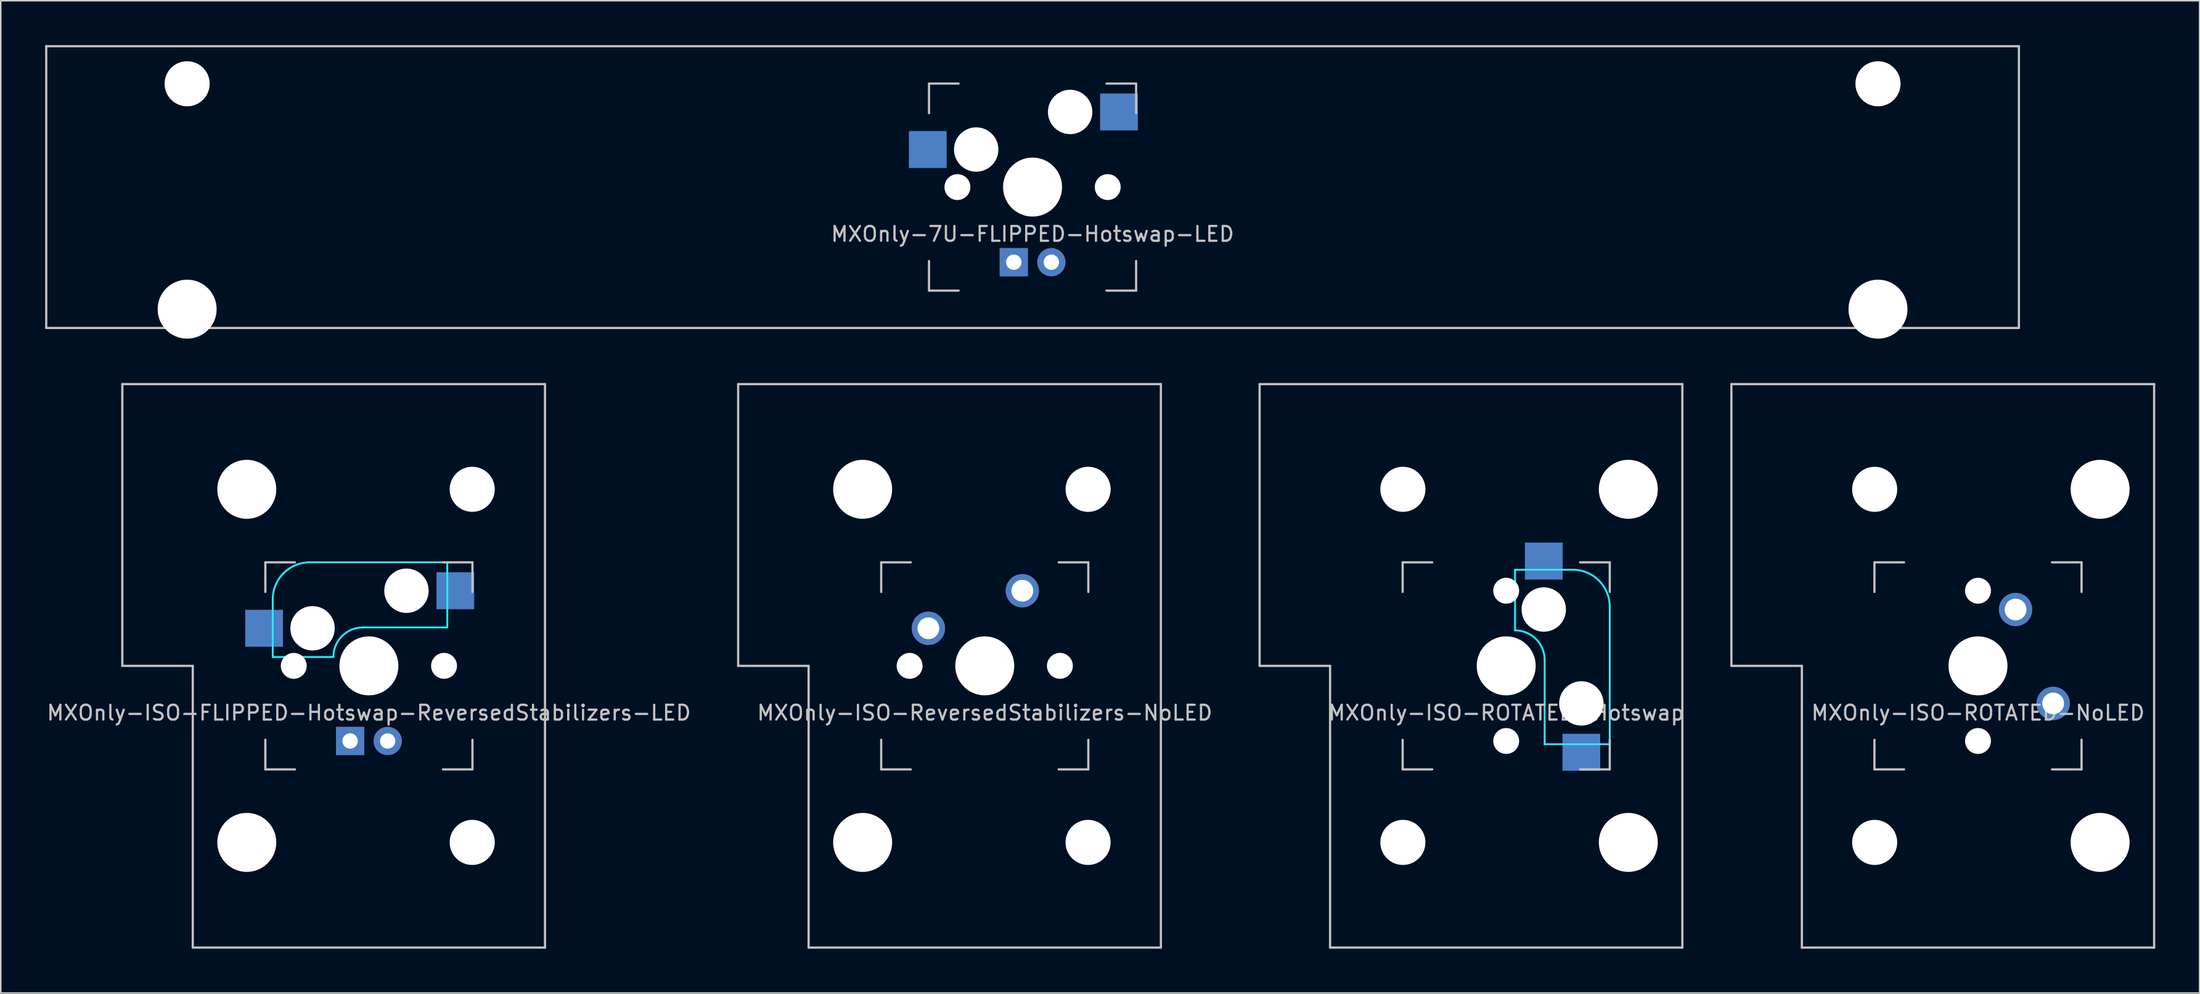
<source format=kicad_pcb>
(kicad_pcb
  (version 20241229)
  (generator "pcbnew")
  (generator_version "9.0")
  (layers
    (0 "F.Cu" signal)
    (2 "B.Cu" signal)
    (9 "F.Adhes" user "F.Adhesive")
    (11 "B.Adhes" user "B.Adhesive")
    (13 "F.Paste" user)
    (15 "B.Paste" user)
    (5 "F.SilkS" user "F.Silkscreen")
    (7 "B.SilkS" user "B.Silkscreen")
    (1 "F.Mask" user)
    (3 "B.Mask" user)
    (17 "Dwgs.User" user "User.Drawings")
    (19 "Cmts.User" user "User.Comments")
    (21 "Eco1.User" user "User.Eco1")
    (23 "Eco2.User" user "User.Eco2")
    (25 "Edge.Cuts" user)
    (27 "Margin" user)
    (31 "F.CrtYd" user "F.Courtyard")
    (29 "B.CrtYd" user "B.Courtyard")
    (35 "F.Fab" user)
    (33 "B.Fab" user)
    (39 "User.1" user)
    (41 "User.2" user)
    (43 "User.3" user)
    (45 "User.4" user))
  (footprint "MXOnly-ISO-ROTATED-NoLED"
    (layer "F.Cu")
    (at 130.66 41.974)
    (property "Reference" "MXOnly-ISO-ROTATED-NoLED" (at 0 3.175 0) (layer "Dwgs.User") (effects (font (size 1 1) (thickness 0.15))))
    (attr through_hole)
    (fp_line (start -16.669 -19.05) (end -16.669 0) (stroke (width 0.15) (type solid)) (layer "Dwgs.User"))
    (fp_line (start -16.669 -19.05) (end 11.906 -19.05) (stroke (width 0.15) (type solid)) (layer "Dwgs.User"))
    (fp_line (start -11.906 0) (end -16.669 0) (stroke (width 0.15) (type solid)) (layer "Dwgs.User"))
    (fp_line (start -11.906 19.05) (end -11.906 0) (stroke (width 0.15) (type solid)) (layer "Dwgs.User"))
    (fp_line (start -11.906 19.05) (end 11.906 19.05) (stroke (width 0.15) (type solid)) (layer "Dwgs.User"))
    (fp_line (start -7 -7) (end -7 -5) (stroke (width 0.15) (type solid)) (layer "Dwgs.User"))
    (fp_line (start -7 5) (end -7 7) (stroke (width 0.15) (type solid)) (layer "Dwgs.User"))
    (fp_line (start -7 7) (end -5 7) (stroke (width 0.15) (type solid)) (layer "Dwgs.User"))
    (fp_line (start -5 -7) (end -7 -7) (stroke (width 0.15) (type solid)) (layer "Dwgs.User"))
    (fp_line (start 5 -7) (end 7 -7) (stroke (width 0.15) (type solid)) (layer "Dwgs.User"))
    (fp_line (start 5 7) (end 7 7) (stroke (width 0.15) (type solid)) (layer "Dwgs.User"))
    (fp_line (start 7 -7) (end 7 -5) (stroke (width 0.15) (type solid)) (layer "Dwgs.User"))
    (fp_line (start 7 7) (end 7 5) (stroke (width 0.15) (type solid)) (layer "Dwgs.User"))
    (fp_line (start 11.906 -19.05) (end 11.906 19.05) (stroke (width 0.15) (type solid)) (layer "Dwgs.User"))
    (pad "" np_thru_hole circle (at -6.985 -11.938) (size 3.048 3.048) (drill 3.048) (layers "*.Cu" "*.Mask"))
    (pad "" np_thru_hole circle (at -6.985 11.938) (size 3.048 3.048) (drill 3.048) (layers "*.Cu" "*.Mask"))
    (pad "" np_thru_hole circle (at 0 -5.08 48.1) (size 1.75 1.75) (drill 1.75) (layers "*.Cu" "*.Mask"))
    (pad "" np_thru_hole circle (at 0 0) (size 3.988 3.988) (drill 3.988) (layers "*.Cu" "*.Mask"))
    (pad "" np_thru_hole circle (at 0 5.08 48.1) (size 1.75 1.75) (drill 1.75) (layers "*.Cu" "*.Mask"))
    (pad "" np_thru_hole circle (at 8.255 -11.938) (size 3.988 3.988) (drill 3.988) (layers "*.Cu" "*.Mask"))
    (pad "" np_thru_hole circle (at 8.255 11.938) (size 3.988 3.988) (drill 3.988) (layers "*.Cu" "*.Mask"))
    (pad "1" thru_hole circle (at 2.54 -3.81) (size 2.25 2.25) (drill 1.47) (layers "*.Cu" "B.Mask"))
    (pad "2" thru_hole circle (at 5.08 2.54) (size 2.25 2.25) (drill 1.47) (layers "*.Cu" "B.Mask")))
  (footprint "MXOnly-ISO-FLIPPED-Hotswap-ReversedStabilizers-LED"
    (layer "F.Cu")
    (at 21.887 41.974)
    (property "Reference" "MXOnly-ISO-FLIPPED-Hotswap-ReversedStabilizers-LED" (at 0 3.175 0) (layer "Dwgs.User") (effects (font (size 1 1) (thickness 0.15))))
    (attr through_hole)
    (fp_line (start -16.669 -19.05) (end -16.669 0) (stroke (width 0.15) (type solid)) (layer "Dwgs.User"))
    (fp_line (start -16.669 -19.05) (end 11.906 -19.05) (stroke (width 0.15) (type solid)) (layer "Dwgs.User"))
    (fp_line (start -11.906 0) (end -16.669 0) (stroke (width 0.15) (type solid)) (layer "Dwgs.User"))
    (fp_line (start -11.906 19.05) (end -11.906 0) (stroke (width 0.15) (type solid)) (layer "Dwgs.User"))
    (fp_line (start -11.906 19.05) (end 11.906 19.05) (stroke (width 0.15) (type solid)) (layer "Dwgs.User"))
    (fp_line (start -7 -7) (end -7 -5) (stroke (width 0.15) (type solid)) (layer "Dwgs.User"))
    (fp_line (start -7 5) (end -7 7) (stroke (width 0.15) (type solid)) (layer "Dwgs.User"))
    (fp_line (start -7 7) (end -5 7) (stroke (width 0.15) (type solid)) (layer "Dwgs.User"))
    (fp_line (start -5 -7) (end -7 -7) (stroke (width 0.15) (type solid)) (layer "Dwgs.User"))
    (fp_line (start 5 -7) (end 7 -7) (stroke (width 0.15) (type solid)) (layer "Dwgs.User"))
    (fp_line (start 5 7) (end 7 7) (stroke (width 0.15) (type solid)) (layer "Dwgs.User"))
    (fp_line (start 7 -7) (end 7 -5) (stroke (width 0.15) (type solid)) (layer "Dwgs.User"))
    (fp_line (start 7 7) (end 7 5) (stroke (width 0.15) (type solid)) (layer "Dwgs.User"))
    (fp_line (start 11.906 -19.05) (end 11.906 19.05) (stroke (width 0.15) (type solid)) (layer "Dwgs.User"))
    (fp_line (start -6.5 -4.5) (end -6.5 -0.6) (stroke (width 0.127) (type solid)) (layer "B.CrtYd"))
    (fp_line (start -6.5 -0.6) (end -2.4 -0.6) (stroke (width 0.127) (type solid)) (layer "B.CrtYd"))
    (fp_line (start -0.4 -2.6) (end 5.3 -2.6) (stroke (width 0.127) (type solid)) (layer "B.CrtYd"))
    (fp_line (start 5.3 -7) (end -4 -7) (stroke (width 0.127) (type solid)) (layer "B.CrtYd"))
    (fp_line (start 5.3 -7) (end 5.3 -2.6) (stroke (width 0.127) (type solid)) (layer "B.CrtYd"))
    (fp_arc (start -6.5 -4.5) (mid -5.767767 -6.267767) (end -4 -7) (stroke (width 0.127) (type solid)) (layer "B.CrtYd"))
    (fp_arc (start -2.4 -0.6) (mid -1.814214 -2.014214) (end -0.4 -2.6) (stroke (width 0.127) (type solid)) (layer "B.CrtYd"))
    (pad "" np_thru_hole circle (at -8.255 -11.938) (size 3.988 3.988) (drill 3.988) (layers "*.Cu" "*.Mask"))
    (pad "" np_thru_hole circle (at -8.255 11.938) (size 3.988 3.988) (drill 3.988) (layers "*.Cu" "*.Mask"))
    (pad "" np_thru_hole circle (at -5.08 0 48.1) (size 1.75 1.75) (drill 1.75) (layers "*.Cu" "*.Mask"))
    (pad "" np_thru_hole circle (at -3.81 -2.54) (size 3 3) (drill 3) (layers "*.Cu" "*.Mask"))
    (pad "" np_thru_hole circle (at 0 0) (size 3.988 3.988) (drill 3.988) (layers "*.Cu" "*.Mask"))
    (pad "" np_thru_hole circle (at 2.54 -5.08) (size 3 3) (drill 3) (layers "*.Cu" "*.Mask"))
    (pad "" np_thru_hole circle (at 5.08 0 48.1) (size 1.75 1.75) (drill 1.75) (layers "*.Cu" "*.Mask"))
    (pad "" np_thru_hole circle (at 6.985 -11.938) (size 3.048 3.048) (drill 3.048) (layers "*.Cu" "*.Mask"))
    (pad "" np_thru_hole circle (at 6.985 11.938) (size 3.048 3.048) (drill 3.048) (layers "*.Cu" "*.Mask"))
    (pad "1" smd rect (at -7.085 -2.54) (size 2.55 2.5) (layers "B.Cu" "B.Mask" "B.Paste"))
    (pad "2" smd rect (at 5.842 -5.08) (size 2.55 2.5) (layers "B.Cu" "B.Mask" "B.Paste"))
    (pad "3" thru_hole circle (at 1.27 5.08 180) (size 1.905 1.905) (drill 1.04) (layers "*.Cu" "B.Mask"))
    (pad "4" thru_hole rect (at -1.27 5.08 180) (size 1.905 1.905) (drill 1.04) (layers "*.Cu" "B.Mask")))
  (footprint "MXOnly-ISO-ROTATED-Hotswap"
    (layer "F.Cu")
    (at 98.767 41.974)
    (property "Reference" "MXOnly-ISO-ROTATED-Hotswap" (at 0 3.175 0) (layer "Dwgs.User") (effects (font (size 1 1) (thickness 0.15))))
    (attr through_hole)
    (fp_line (start -16.669 -19.05) (end -16.669 0) (stroke (width 0.15) (type solid)) (layer "Dwgs.User"))
    (fp_line (start -16.669 -19.05) (end 11.906 -19.05) (stroke (width 0.15) (type solid)) (layer "Dwgs.User"))
    (fp_line (start -11.906 0) (end -16.669 0) (stroke (width 0.15) (type solid)) (layer "Dwgs.User"))
    (fp_line (start -11.906 19.05) (end -11.906 0) (stroke (width 0.15) (type solid)) (layer "Dwgs.User"))
    (fp_line (start -11.906 19.05) (end 11.906 19.05) (stroke (width 0.15) (type solid)) (layer "Dwgs.User"))
    (fp_line (start -7 -7) (end -7 -5) (stroke (width 0.15) (type solid)) (layer "Dwgs.User"))
    (fp_line (start -7 5) (end -7 7) (stroke (width 0.15) (type solid)) (layer "Dwgs.User"))
    (fp_line (start -7 7) (end -5 7) (stroke (width 0.15) (type solid)) (layer "Dwgs.User"))
    (fp_line (start -5 -7) (end -7 -7) (stroke (width 0.15) (type solid)) (layer "Dwgs.User"))
    (fp_line (start 5 -7) (end 7 -7) (stroke (width 0.15) (type solid)) (layer "Dwgs.User"))
    (fp_line (start 5 7) (end 7 7) (stroke (width 0.15) (type solid)) (layer "Dwgs.User"))
    (fp_line (start 7 -7) (end 7 -5) (stroke (width 0.15) (type solid)) (layer "Dwgs.User"))
    (fp_line (start 7 7) (end 7 5) (stroke (width 0.15) (type solid)) (layer "Dwgs.User"))
    (fp_line (start 11.906 -19.05) (end 11.906 19.05) (stroke (width 0.15) (type solid)) (layer "Dwgs.User"))
    (fp_line (start 0.6 -6.5) (end 0.6 -2.4) (stroke (width 0.127) (type solid)) (layer "B.CrtYd"))
    (fp_line (start 2.6 -0.4) (end 2.6 5.3) (stroke (width 0.127) (type solid)) (layer "B.CrtYd"))
    (fp_line (start 4.5 -6.5) (end 0.6 -6.5) (stroke (width 0.127) (type solid)) (layer "B.CrtYd"))
    (fp_line (start 7 5.3) (end 2.6 5.3) (stroke (width 0.127) (type solid)) (layer "B.CrtYd"))
    (fp_line (start 7 5.3) (end 7 -4) (stroke (width 0.127) (type solid)) (layer "B.CrtYd"))
    (fp_arc (start 0.6 -2.4) (mid 2.014214 -1.814214) (end 2.6 -0.4) (stroke (width 0.127) (type solid)) (layer "B.CrtYd"))
    (fp_arc (start 4.5 -6.5) (mid 6.267767 -5.767767) (end 7 -4) (stroke (width 0.127) (type solid)) (layer "B.CrtYd"))
    (pad "" np_thru_hole circle (at -6.985 -11.938) (size 3.048 3.048) (drill 3.048) (layers "*.Cu" "*.Mask"))
    (pad "" np_thru_hole circle (at -6.985 11.938) (size 3.048 3.048) (drill 3.048) (layers "*.Cu" "*.Mask"))
    (pad "" np_thru_hole circle (at 0 -5.08 48.1) (size 1.75 1.75) (drill 1.75) (layers "*.Cu" "*.Mask"))
    (pad "" np_thru_hole circle (at 0 0) (size 3.988 3.988) (drill 3.988) (layers "*.Cu" "*.Mask"))
    (pad "" np_thru_hole circle (at 0 5.08 48.1) (size 1.75 1.75) (drill 1.75) (layers "*.Cu" "*.Mask"))
    (pad "" np_thru_hole circle (at 2.54 -3.81 270) (size 3 3) (drill 3) (layers "*.Cu" "*.Mask"))
    (pad "" np_thru_hole circle (at 5.08 2.54 270) (size 3 3) (drill 3) (layers "*.Cu" "*.Mask"))
    (pad "" np_thru_hole circle (at 8.255 -11.938) (size 3.988 3.988) (drill 3.988) (layers "*.Cu" "*.Mask"))
    (pad "" np_thru_hole circle (at 8.255 11.938) (size 3.988 3.988) (drill 3.988) (layers "*.Cu" "*.Mask"))
    (pad "1" smd rect (at 2.54 -7.085 180) (size 2.55 2.5) (layers "B.Cu" "B.Mask" "B.Paste"))
    (pad "2" smd rect (at 5.08 5.842) (size 2.55 2.5) (layers "B.Cu" "B.Mask" "B.Paste")))
  (footprint "MXOnly-ISO-ReversedStabilizers-NoLED"
    (layer "F.Cu")
    (at 63.518 41.974)
    (property "Reference" "MXOnly-ISO-ReversedStabilizers-NoLED" (at 0 3.175 0) (layer "Dwgs.User") (effects (font (size 1 1) (thickness 0.15))))
    (attr through_hole)
    (fp_line (start -16.669 -19.05) (end -16.669 0) (stroke (width 0.15) (type solid)) (layer "Dwgs.User"))
    (fp_line (start -16.669 -19.05) (end 11.906 -19.05) (stroke (width 0.15) (type solid)) (layer "Dwgs.User"))
    (fp_line (start -11.906 0) (end -16.669 0) (stroke (width 0.15) (type solid)) (layer "Dwgs.User"))
    (fp_line (start -11.906 19.05) (end -11.906 0) (stroke (width 0.15) (type solid)) (layer "Dwgs.User"))
    (fp_line (start -11.906 19.05) (end 11.906 19.05) (stroke (width 0.15) (type solid)) (layer "Dwgs.User"))
    (fp_line (start -7 -7) (end -7 -5) (stroke (width 0.15) (type solid)) (layer "Dwgs.User"))
    (fp_line (start -7 5) (end -7 7) (stroke (width 0.15) (type solid)) (layer "Dwgs.User"))
    (fp_line (start -7 7) (end -5 7) (stroke (width 0.15) (type solid)) (layer "Dwgs.User"))
    (fp_line (start -5 -7) (end -7 -7) (stroke (width 0.15) (type solid)) (layer "Dwgs.User"))
    (fp_line (start 5 -7) (end 7 -7) (stroke (width 0.15) (type solid)) (layer "Dwgs.User"))
    (fp_line (start 5 7) (end 7 7) (stroke (width 0.15) (type solid)) (layer "Dwgs.User"))
    (fp_line (start 7 -7) (end 7 -5) (stroke (width 0.15) (type solid)) (layer "Dwgs.User"))
    (fp_line (start 7 7) (end 7 5) (stroke (width 0.15) (type solid)) (layer "Dwgs.User"))
    (fp_line (start 11.906 -19.05) (end 11.906 19.05) (stroke (width 0.15) (type solid)) (layer "Dwgs.User"))
    (pad "" np_thru_hole circle (at -8.255 -11.938) (size 3.988 3.988) (drill 3.988) (layers "*.Cu" "*.Mask"))
    (pad "" np_thru_hole circle (at -8.255 11.938) (size 3.988 3.988) (drill 3.988) (layers "*.Cu" "*.Mask"))
    (pad "" np_thru_hole circle (at -5.08 0 48.1) (size 1.75 1.75) (drill 1.75) (layers "*.Cu" "*.Mask"))
    (pad "" np_thru_hole circle (at 0 0) (size 3.988 3.988) (drill 3.988) (layers "*.Cu" "*.Mask"))
    (pad "" np_thru_hole circle (at 5.08 0 48.1) (size 1.75 1.75) (drill 1.75) (layers "*.Cu" "*.Mask"))
    (pad "" np_thru_hole circle (at 6.985 -11.938) (size 3.048 3.048) (drill 3.048) (layers "*.Cu" "*.Mask"))
    (pad "" np_thru_hole circle (at 6.985 11.938) (size 3.048 3.048) (drill 3.048) (layers "*.Cu" "*.Mask"))
    (pad "1" thru_hole circle (at -3.81 -2.54) (size 2.25 2.25) (drill 1.47) (layers "*.Cu" "B.Mask"))
    (pad "2" thru_hole circle (at 2.54 -5.08) (size 2.25 2.25) (drill 1.47) (layers "*.Cu" "B.Mask")))
  (footprint "MXOnly-7U-FLIPPED-Hotswap-LED"
    (layer "F.Cu")
    (at 66.75 9.6)
    (property "Reference" "MXOnly-7U-FLIPPED-Hotswap-LED" (at 0 3.175 0) (layer "Dwgs.User") (effects (font (size 1 1) (thickness 0.15))))
    (attr through_hole)
    (fp_line (start -66.675 -9.525) (end 66.675 -9.525) (stroke (width 0.15) (type solid)) (layer "Dwgs.User"))
    (fp_line (start -66.675 9.525) (end -66.675 -9.525) (stroke (width 0.15) (type solid)) (layer "Dwgs.User"))
    (fp_line (start -66.675 9.525) (end 66.675 9.525) (stroke (width 0.15) (type solid)) (layer "Dwgs.User"))
    (fp_line (start -7 -7) (end -7 -5) (stroke (width 0.15) (type solid)) (layer "Dwgs.User"))
    (fp_line (start -7 5) (end -7 7) (stroke (width 0.15) (type solid)) (layer "Dwgs.User"))
    (fp_line (start -7 7) (end -5 7) (stroke (width 0.15) (type solid)) (layer "Dwgs.User"))
    (fp_line (start -5 -7) (end -7 -7) (stroke (width 0.15) (type solid)) (layer "Dwgs.User"))
    (fp_line (start 5 -7) (end 7 -7) (stroke (width 0.15) (type solid)) (layer "Dwgs.User"))
    (fp_line (start 5 7) (end 7 7) (stroke (width 0.15) (type solid)) (layer "Dwgs.User"))
    (fp_line (start 7 -7) (end 7 -5) (stroke (width 0.15) (type solid)) (layer "Dwgs.User"))
    (fp_line (start 7 7) (end 7 5) (stroke (width 0.15) (type solid)) (layer "Dwgs.User"))
    (fp_line (start 66.675 -9.525) (end 66.675 9.525) (stroke (width 0.15) (type solid)) (layer "Dwgs.User"))
    (pad "" np_thru_hole circle (at -57.15 -6.985) (size 3.048 3.048) (drill 3.048) (layers "*.Cu" "*.Mask"))
    (pad "" np_thru_hole circle (at -57.15 8.255) (size 3.988 3.988) (drill 3.988) (layers "*.Cu" "*.Mask"))
    (pad "" np_thru_hole circle (at -5.08 0 48.1) (size 1.75 1.75) (drill 1.75) (layers "*.Cu" "*.Mask"))
    (pad "" np_thru_hole circle (at -3.81 -2.54) (size 3 3) (drill 3) (layers "*.Cu" "*.Mask"))
    (pad "" np_thru_hole circle (at 0 0) (size 3.988 3.988) (drill 3.988) (layers "*.Cu" "*.Mask"))
    (pad "" np_thru_hole circle (at 2.54 -5.08) (size 3 3) (drill 3) (layers "*.Cu" "*.Mask"))
    (pad "" np_thru_hole circle (at 5.08 0 48.1) (size 1.75 1.75) (drill 1.75) (layers "*.Cu" "*.Mask"))
    (pad "" np_thru_hole circle (at 57.15 -6.985) (size 3.048 3.048) (drill 3.048) (layers "*.Cu" "*.Mask"))
    (pad "" np_thru_hole circle (at 57.15 8.255) (size 3.988 3.988) (drill 3.988) (layers "*.Cu" "*.Mask"))
    (pad "1" smd rect (at -7.085 -2.54) (size 2.55 2.5) (layers "B.Cu" "B.Mask" "B.Paste"))
    (pad "2" smd rect (at 5.842 -5.08) (size 2.55 2.5) (layers "B.Cu" "B.Mask" "B.Paste"))
    (pad "3" thru_hole circle (at 1.27 5.08 180) (size 1.905 1.905) (drill 1.04) (layers "*.Cu" "B.Mask"))
    (pad "4" thru_hole rect (at -1.27 5.08 180) (size 1.905 1.905) (drill 1.04) (layers "*.Cu" "B.Mask")))
  (gr_rect
    (start -3 -3)
    (end 145.641 64.099)
    (stroke (width 0.1) (type default))
    (fill no)
    (layer "Edge.Cuts")))
</source>
